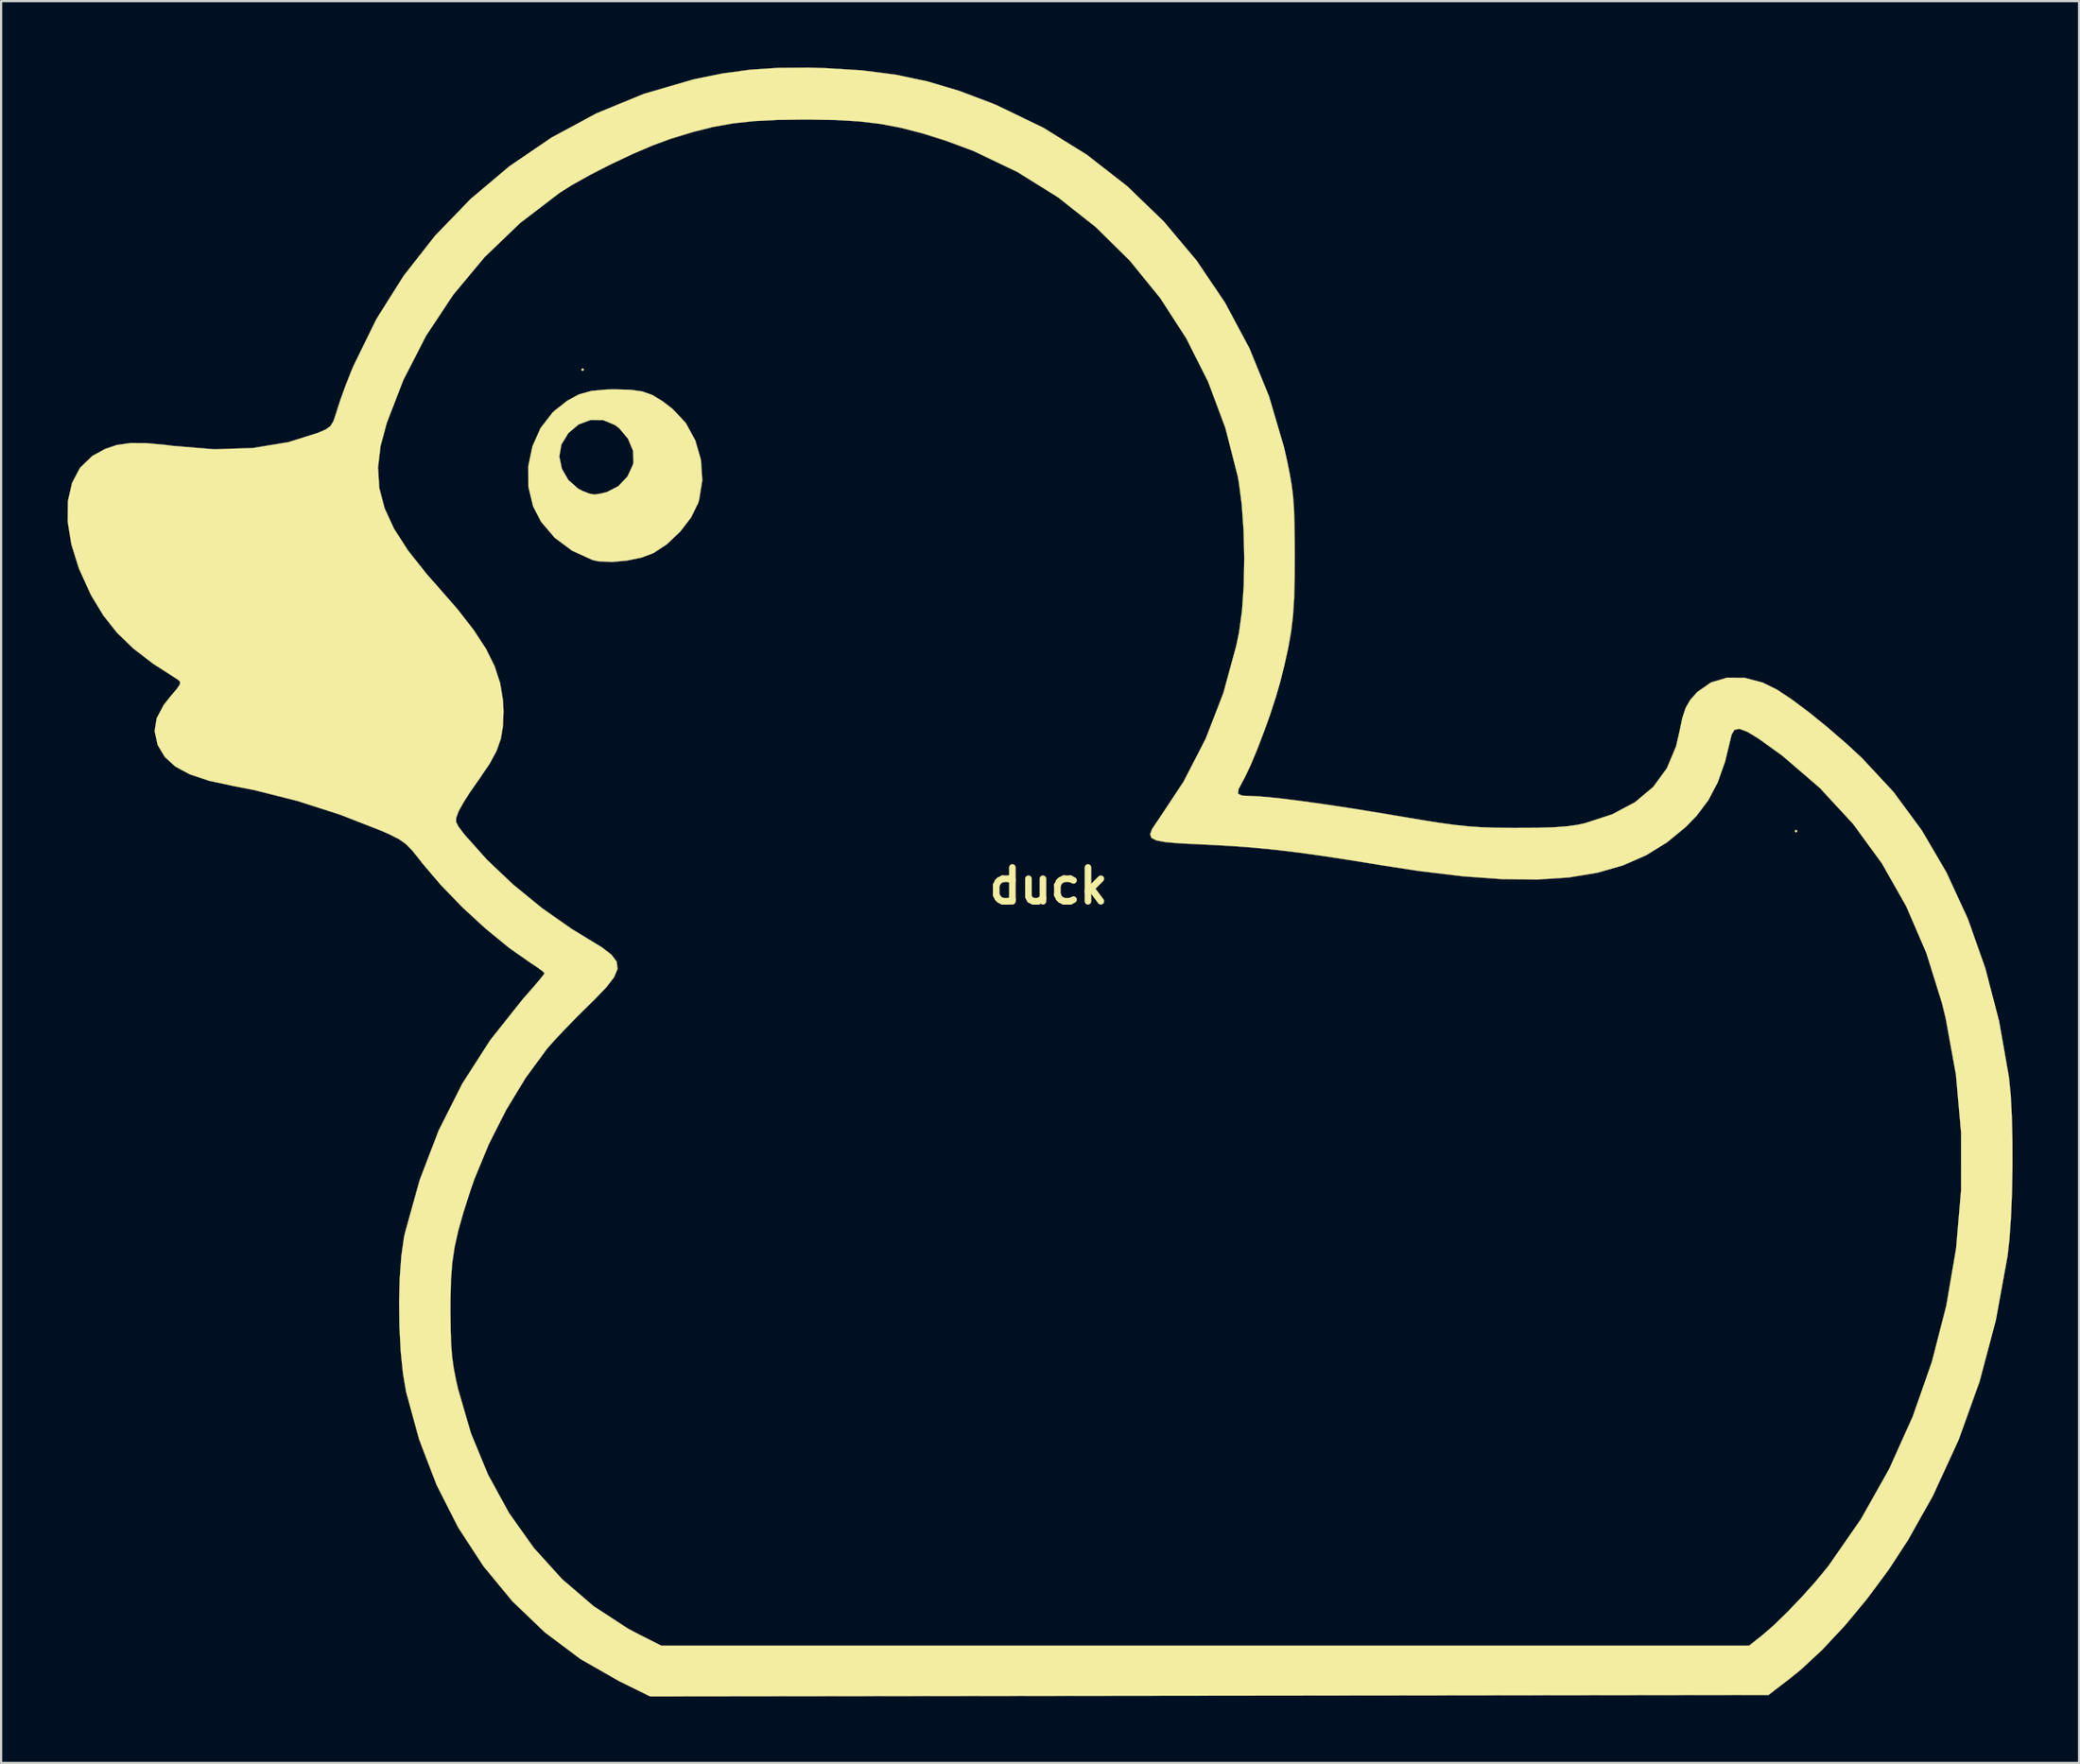
<source format=kicad_pcb>
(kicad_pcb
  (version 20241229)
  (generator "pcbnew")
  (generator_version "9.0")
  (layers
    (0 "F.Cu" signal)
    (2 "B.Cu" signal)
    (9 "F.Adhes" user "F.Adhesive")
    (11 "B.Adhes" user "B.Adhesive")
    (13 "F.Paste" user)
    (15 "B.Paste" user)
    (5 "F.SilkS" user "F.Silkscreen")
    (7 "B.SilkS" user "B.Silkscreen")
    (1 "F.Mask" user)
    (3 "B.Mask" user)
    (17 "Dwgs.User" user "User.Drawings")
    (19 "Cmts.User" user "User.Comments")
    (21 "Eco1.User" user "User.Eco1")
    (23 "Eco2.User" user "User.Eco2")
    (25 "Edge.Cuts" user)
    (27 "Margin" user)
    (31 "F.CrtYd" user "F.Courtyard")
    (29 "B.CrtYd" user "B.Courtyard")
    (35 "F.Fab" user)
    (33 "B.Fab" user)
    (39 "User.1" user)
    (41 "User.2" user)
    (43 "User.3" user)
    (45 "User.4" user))
  (footprint "duck"
    (layer "F.Cu")
    (at 44.25 36.94)
    (property "Reference" "duck" (at 0 0 0) (layer "F.SilkS") (effects (font (size 1.524 1.524) (thickness 0.3))))
    (attr through_hole)
    (fp_poly (pts (xy -20.955 -23.305) (xy -21.018 -23.241) (xy -21.082 -23.305) (xy -21.018 -23.368) (xy -20.955 -23.305)) (stroke (width 0.01) (type solid)) (fill yes) (layer "F.SilkS"))
    (fp_poly (pts (xy 33.782 -2.477) (xy 33.718 -2.413) (xy 33.655 -2.477) (xy 33.718 -2.54) (xy 33.782 -2.477)) (stroke (width 0.01) (type solid)) (fill yes) (layer "F.SilkS"))
    (fp_poly (pts (xy -18.855 -22.396) (xy -18.32 -22.32) (xy -17.866 -22.157) (xy -17.409 -21.877) (xy -16.951 -21.525) (xy -16.363 -20.894) (xy -15.935 -20.11) (xy -15.682 -19.231) (xy -15.621 -18.314) (xy -15.766 -17.416) (xy -15.805 -17.292) (xy -16.124 -16.639) (xy -16.62 -15.99) (xy -17.225 -15.419) (xy -17.83 -15.023) (xy -18.374 -14.821) (xy -19.034 -14.685) (xy -19.71 -14.627) (xy -20.308 -14.656) (xy -20.574 -14.716) (xy -21.489 -15.131) (xy -22.274 -15.716) (xy -22.889 -16.435) (xy -23.254 -17.14) (xy -23.465 -18.022) (xy -23.47 -18.944) (xy -23.377 -19.391) (xy -22.07 -19.391) (xy -21.957 -18.836) (xy -21.666 -18.329) (xy -21.228 -17.938) (xy -21.029 -17.834) (xy -20.711 -17.707) (xy -20.467 -17.669) (xy -20.177 -17.715) (xy -19.915 -17.784) (xy -19.406 -18.047) (xy -18.993 -18.485) (xy -18.744 -19.023) (xy -18.724 -19.112) (xy -18.744 -19.647) (xy -18.969 -20.186) (xy -19.362 -20.655) (xy -19.558 -20.806) (xy -20.098 -21.03) (xy -20.663 -21.032) (xy -21.202 -20.83) (xy -21.662 -20.443) (xy -21.976 -19.926) (xy -22.07 -19.391) (xy -23.377 -19.391) (xy -23.282 -19.845) (xy -22.915 -20.67) (xy -22.381 -21.359) (xy -22.26 -21.471) (xy -21.709 -21.905) (xy -21.187 -22.188) (xy -20.612 -22.347) (xy -19.904 -22.41) (xy -19.558 -22.415) (xy -18.855 -22.396)) (stroke (width 0.01) (type solid)) (fill yes) (layer "F.SilkS"))
    (fp_poly (pts (xy -10.111 -36.916) (xy -8.424 -36.813) (xy -6.901 -36.619) (xy -5.464 -36.316) (xy -4.031 -35.889) (xy -2.526 -35.319) (xy -2.349 -35.245) (xy -0.238 -34.226) (xy 1.729 -33.003) (xy 3.543 -31.59) (xy 5.193 -29.997) (xy 6.669 -28.24) (xy 7.96 -26.33) (xy 9.055 -24.279) (xy 9.945 -22.102) (xy 10.619 -19.81) (xy 10.76 -19.184) (xy 10.879 -18.597) (xy 10.967 -18.082) (xy 11.028 -17.582) (xy 11.068 -17.038) (xy 11.091 -16.392) (xy 11.102 -15.586) (xy 11.105 -14.986) (xy 11.101 -13.887) (xy 11.076 -12.977) (xy 11.024 -12.192) (xy 10.937 -11.465) (xy 10.808 -10.733) (xy 10.629 -9.931) (xy 10.449 -9.207) (xy 10.254 -8.528) (xy 9.999 -7.749) (xy 9.707 -6.933) (xy 9.403 -6.144) (xy 9.11 -5.444) (xy 8.852 -4.898) (xy 8.756 -4.723) (xy 8.567 -4.365) (xy 8.547 -4.166) (xy 8.717 -4.081) (xy 9.053 -4.064) (xy 9.579 -4.039) (xy 10.331 -3.967) (xy 11.285 -3.85) (xy 12.418 -3.692) (xy 13.708 -3.496) (xy 15.13 -3.265) (xy 15.807 -3.151) (xy 16.818 -2.98) (xy 17.636 -2.851) (xy 18.318 -2.757) (xy 18.921 -2.693) (xy 19.5 -2.653) (xy 20.114 -2.631) (xy 20.817 -2.622) (xy 21.082 -2.621) (xy 22.032 -2.626) (xy 22.779 -2.648) (xy 23.372 -2.693) (xy 23.861 -2.762) (xy 24.194 -2.833) (xy 25.428 -3.235) (xy 26.454 -3.78) (xy 27.275 -4.471) (xy 27.891 -5.311) (xy 28.307 -6.302) (xy 28.454 -6.935) (xy 28.585 -7.574) (xy 28.737 -8.034) (xy 28.942 -8.393) (xy 29.236 -8.727) (xy 29.273 -8.763) (xy 29.886 -9.188) (xy 30.603 -9.4) (xy 31.391 -9.398) (xy 32.215 -9.181) (xy 32.868 -8.857) (xy 33.526 -8.42) (xy 34.303 -7.839) (xy 35.145 -7.156) (xy 35.999 -6.416) (xy 36.688 -5.779) (xy 38.111 -4.249) (xy 39.385 -2.521) (xy 40.505 -0.609) (xy 41.465 1.474) (xy 42.257 3.716) (xy 42.878 6.103) (xy 43.32 8.622) (xy 43.322 8.636) (xy 43.4 9.421) (xy 43.452 10.397) (xy 43.479 11.5) (xy 43.481 12.668) (xy 43.459 13.839) (xy 43.413 14.951) (xy 43.345 15.94) (xy 43.259 16.701) (xy 42.73 19.607) (xy 41.995 22.372) (xy 41.05 25.007) (xy 39.891 27.525) (xy 38.767 29.527) (xy 37.898 30.857) (xy 36.939 32.154) (xy 35.929 33.373) (xy 34.908 34.467) (xy 33.913 35.391) (xy 33.453 35.763) (xy 32.475 36.513) (xy -17.973 36.578) (xy -19.379 35.886) (xy -21.12 34.89) (xy -22.725 33.686) (xy -24.185 32.286) (xy -25.491 30.704) (xy -26.633 28.951) (xy -27.603 27.04) (xy -28.392 24.983) (xy -28.979 22.84) (xy -29.121 22.009) (xy -29.222 21.014) (xy -29.28 19.921) (xy -29.295 18.795) (xy -29.268 17.703) (xy -29.196 16.71) (xy -29.08 15.882) (xy -29.039 15.684) (xy -28.37 13.278) (xy -27.51 11.032) (xy -26.45 8.928) (xy -25.182 6.951) (xy -23.697 5.083) (xy -23.58 4.951) (xy -23.224 4.545) (xy -22.942 4.212) (xy -22.77 3.995) (xy -22.734 3.937) (xy -22.832 3.84) (xy -23.085 3.657) (xy -23.336 3.493) (xy -24.33 2.795) (xy -25.384 1.934) (xy -26.431 0.97) (xy -27.409 -0.039) (xy -28.254 -1.033) (xy -28.355 -1.164) (xy -28.694 -1.591) (xy -28.983 -1.887) (xy -29.301 -2.113) (xy -29.727 -2.33) (xy -30.095 -2.492) (xy -31.962 -3.221) (xy -33.898 -3.842) (xy -35.806 -4.324) (xy -36.763 -4.511) (xy -37.86 -4.747) (xy -38.729 -5.036) (xy -39.389 -5.39) (xy -39.864 -5.821) (xy -40.174 -6.341) (xy -40.196 -6.398) (xy -40.323 -6.991) (xy -40.232 -7.572) (xy -39.913 -8.175) (xy -39.595 -8.575) (xy -39.311 -8.909) (xy -39.179 -9.109) (xy -39.178 -9.229) (xy -39.287 -9.321) (xy -39.29 -9.323) (xy -40.394 -10.033) (xy -41.292 -10.724) (xy -42.027 -11.438) (xy -42.641 -12.215) (xy -43.174 -13.097) (xy -43.224 -13.192) (xy -43.74 -14.33) (xy -44.08 -15.421) (xy -44.245 -16.444) (xy -44.235 -17.375) (xy -44.051 -18.19) (xy -43.694 -18.868) (xy -43.673 -18.889) (xy -30.248 -18.889) (xy -30.191 -17.965) (xy -29.953 -17.052) (xy -29.524 -16.121) (xy -28.895 -15.143) (xy -28.058 -14.086) (xy -27.563 -13.525) (xy -26.651 -12.479) (xy -25.929 -11.55) (xy -25.38 -10.708) (xy -24.989 -9.92) (xy -24.738 -9.157) (xy -24.612 -8.387) (xy -24.588 -7.874) (xy -24.613 -7.21) (xy -24.709 -6.64) (xy -24.901 -6.098) (xy -25.214 -5.519) (xy -25.674 -4.836) (xy -25.792 -4.672) (xy -26.117 -4.203) (xy -26.402 -3.754) (xy -26.596 -3.404) (xy -26.626 -3.338) (xy -26.72 -3.084) (xy -26.726 -2.892) (xy -26.62 -2.679) (xy -26.38 -2.364) (xy -26.334 -2.307) (xy -25.332 -1.182) (xy -24.148 -0.061) (xy -22.851 0.999) (xy -21.509 1.941) (xy -20.798 2.374) (xy -20.16 2.762) (xy -19.722 3.097) (xy -19.483 3.413) (xy -19.443 3.742) (xy -19.601 4.12) (xy -19.957 4.58) (xy -20.51 5.155) (xy -20.75 5.389) (xy -21.284 5.917) (xy -21.806 6.452) (xy -22.262 6.938) (xy -22.598 7.316) (xy -22.639 7.366) (xy -23.579 8.645) (xy -24.464 10.102) (xy -25.252 11.659) (xy -25.904 13.241) (xy -26.071 13.722) (xy -26.392 14.722) (xy -26.629 15.558) (xy -26.794 16.298) (xy -26.9 17.015) (xy -26.958 17.779) (xy -26.98 18.66) (xy -26.981 19.177) (xy -26.972 20.033) (xy -26.949 20.706) (xy -26.904 21.268) (xy -26.83 21.789) (xy -26.721 22.341) (xy -26.639 22.698) (xy -26.057 24.698) (xy -25.284 26.573) (xy -24.333 28.308) (xy -23.214 29.885) (xy -21.941 31.289) (xy -20.525 32.505) (xy -18.977 33.516) (xy -18.432 33.805) (xy -17.467 34.29) (xy 31.6 34.29) (xy 32.215 33.802) (xy 32.722 33.36) (xy 33.324 32.775) (xy 33.961 32.109) (xy 34.577 31.422) (xy 35.113 30.775) (xy 35.194 30.671) (xy 36.653 28.566) (xy 37.918 26.316) (xy 38.984 23.945) (xy 39.847 21.476) (xy 40.5 18.935) (xy 40.941 16.345) (xy 41.163 13.729) (xy 41.162 11.113) (xy 40.933 8.521) (xy 40.471 5.975) (xy 40.298 5.271) (xy 39.593 3.014) (xy 38.689 0.916) (xy 37.589 -1.023) (xy 36.292 -2.801) (xy 34.799 -4.418) (xy 33.11 -5.873) (xy 32.023 -6.655) (xy 31.516 -6.963) (xy 31.163 -7.093) (xy 30.936 -7.048) (xy 30.81 -6.828) (xy 30.795 -6.763) (xy 30.518 -5.618) (xy 30.184 -4.673) (xy 29.764 -3.874) (xy 29.233 -3.168) (xy 28.74 -2.662) (xy 27.887 -1.961) (xy 26.952 -1.385) (xy 25.918 -0.933) (xy 24.767 -0.601) (xy 23.483 -0.388) (xy 22.049 -0.292) (xy 20.448 -0.31) (xy 18.662 -0.441) (xy 16.676 -0.681) (xy 15.05 -0.932) (xy 13.586 -1.17) (xy 12.321 -1.363) (xy 11.202 -1.518) (xy 10.178 -1.64) (xy 9.199 -1.734) (xy 8.213 -1.807) (xy 7.169 -1.865) (xy 6.744 -1.884) (xy 5.894 -1.927) (xy 5.276 -1.981) (xy 4.866 -2.058) (xy 4.643 -2.172) (xy 4.584 -2.336) (xy 4.666 -2.563) (xy 4.867 -2.867) (xy 4.925 -2.947) (xy 6.098 -4.722) (xy 7.09 -6.654) (xy 7.886 -8.71) (xy 8.471 -10.853) (xy 8.595 -11.464) (xy 8.727 -12.428) (xy 8.805 -13.562) (xy 8.828 -14.788) (xy 8.798 -16.029) (xy 8.716 -17.206) (xy 8.581 -18.242) (xy 8.536 -18.486) (xy 7.977 -20.674) (xy 7.199 -22.756) (xy 6.213 -24.717) (xy 5.032 -26.544) (xy 3.667 -28.222) (xy 2.131 -29.738) (xy 0.436 -31.078) (xy -1.407 -32.228) (xy -3.385 -33.174) (xy -4.64 -33.641) (xy -5.699 -33.974) (xy -6.66 -34.223) (xy -7.589 -34.399) (xy -8.558 -34.513) (xy -9.635 -34.574) (xy -10.89 -34.594) (xy -10.986 -34.594) (xy -12.228 -34.578) (xy -13.286 -34.524) (xy -14.226 -34.423) (xy -15.117 -34.264) (xy -16.025 -34.038) (xy -17.018 -33.734) (xy -17.095 -33.709) (xy -17.872 -33.421) (xy -18.775 -33.033) (xy -19.73 -32.583) (xy -20.659 -32.108) (xy -21.487 -31.645) (xy -22.055 -31.288) (xy -23.829 -29.931) (xy -25.433 -28.392) (xy -26.856 -26.686) (xy -28.084 -24.829) (xy -29.106 -22.837) (xy -29.856 -20.892) (xy -30.134 -19.855) (xy -30.248 -18.889) (xy -43.673 -18.889) (xy -43.164 -19.385) (xy -43.082 -19.44) (xy -42.563 -19.723) (xy -42.03 -19.905) (xy -41.429 -19.991) (xy -40.706 -19.989) (xy -39.809 -19.905) (xy -39.525 -19.868) (xy -37.643 -19.711) (xy -35.898 -19.767) (xy -34.287 -20.034) (xy -32.956 -20.454) (xy -32.609 -20.603) (xy -32.396 -20.756) (xy -32.256 -20.987) (xy -32.127 -21.37) (xy -32.09 -21.497) (xy -31.934 -21.975) (xy -31.712 -22.582) (xy -31.462 -23.218) (xy -31.35 -23.485) (xy -30.325 -25.579) (xy -29.092 -27.54) (xy -27.669 -29.355) (xy -26.071 -31.009) (xy -24.316 -32.489) (xy -22.418 -33.782) (xy -20.394 -34.874) (xy -18.26 -35.752) (xy -16.033 -36.402) (xy -15.938 -36.424) (xy -14.683 -36.677) (xy -13.467 -36.841) (xy -12.21 -36.925) (xy -10.829 -36.935) (xy -10.111 -36.916)) (stroke (width 0.01) (type solid)) (fill yes) (layer "F.SilkS")))
  (gr_rect
    (start -3 -3)
    (end 90.736 76.523)
    (stroke (width 0.1) (type default))
    (fill no)
    (layer "Edge.Cuts")))
</source>
